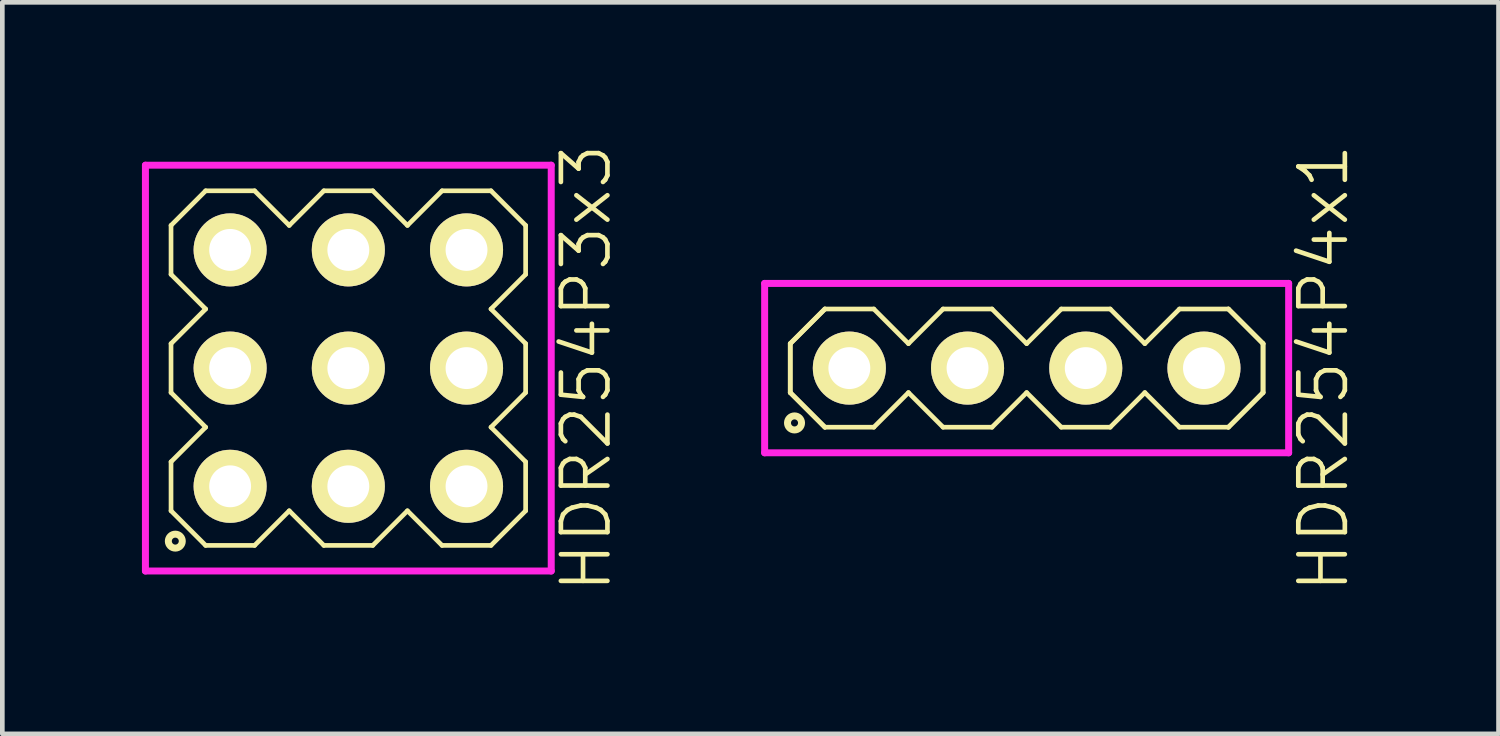
<source format=kicad_pcb>
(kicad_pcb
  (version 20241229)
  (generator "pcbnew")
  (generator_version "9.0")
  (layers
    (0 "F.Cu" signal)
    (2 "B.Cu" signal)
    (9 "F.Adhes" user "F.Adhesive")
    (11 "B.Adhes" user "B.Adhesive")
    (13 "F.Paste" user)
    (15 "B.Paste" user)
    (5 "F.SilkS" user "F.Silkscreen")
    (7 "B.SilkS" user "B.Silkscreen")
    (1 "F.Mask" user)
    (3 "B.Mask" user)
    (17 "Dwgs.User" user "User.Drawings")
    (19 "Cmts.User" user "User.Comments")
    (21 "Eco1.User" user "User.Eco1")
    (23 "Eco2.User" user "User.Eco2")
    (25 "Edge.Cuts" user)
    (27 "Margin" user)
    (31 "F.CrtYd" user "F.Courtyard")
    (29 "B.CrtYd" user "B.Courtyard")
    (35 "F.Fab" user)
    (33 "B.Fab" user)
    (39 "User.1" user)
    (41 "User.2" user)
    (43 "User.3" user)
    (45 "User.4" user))
  (footprint "HDR254P4x1"
    (layer "F.Cu")
    (at 19.011 4.86)
    (property "Reference" "HDR254P4x1" (at 6.38 0 90) (layer "F.SilkS") (effects (font (size 1 1) (thickness 0.1))))
    (attr through_hole)
    (fp_line (start -5.08 -0.526) (end -4.336 -1.27) (stroke (width 0.1) (type solid)) (layer "F.SilkS"))
    (fp_line (start -5.08 -0.526) (end -4.336 -1.27) (stroke (width 0.1) (type solid)) (layer "F.SilkS"))
    (fp_line (start -5.08 0.526) (end -5.08 -0.526) (stroke (width 0.1) (type solid)) (layer "F.SilkS"))
    (fp_line (start -5.08 0.526) (end -5.08 -0.526) (stroke (width 0.1) (type solid)) (layer "F.SilkS"))
    (fp_line (start -4.336 -1.27) (end -3.284 -1.27) (stroke (width 0.1) (type solid)) (layer "F.SilkS"))
    (fp_line (start -4.336 1.27) (end -5.08 0.526) (stroke (width 0.1) (type solid)) (layer "F.SilkS"))
    (fp_line (start -4.336 1.27) (end -5.08 0.526) (stroke (width 0.1) (type solid)) (layer "F.SilkS"))
    (fp_line (start -3.284 -1.27) (end -2.54 -0.526) (stroke (width 0.1) (type solid)) (layer "F.SilkS"))
    (fp_line (start -3.284 1.27) (end -4.336 1.27) (stroke (width 0.1) (type solid)) (layer "F.SilkS"))
    (fp_line (start -2.54 -0.526) (end -1.796 -1.27) (stroke (width 0.1) (type solid)) (layer "F.SilkS"))
    (fp_line (start -2.54 0.526) (end -3.284 1.27) (stroke (width 0.1) (type solid)) (layer "F.SilkS"))
    (fp_line (start -1.796 -1.27) (end -0.744 -1.27) (stroke (width 0.1) (type solid)) (layer "F.SilkS"))
    (fp_line (start -1.796 1.27) (end -2.54 0.526) (stroke (width 0.1) (type solid)) (layer "F.SilkS"))
    (fp_line (start -0.744 -1.27) (end 0 -0.526) (stroke (width 0.1) (type solid)) (layer "F.SilkS"))
    (fp_line (start -0.744 1.27) (end -1.796 1.27) (stroke (width 0.1) (type solid)) (layer "F.SilkS"))
    (fp_line (start 0 -0.526) (end 0.744 -1.27) (stroke (width 0.1) (type solid)) (layer "F.SilkS"))
    (fp_line (start 0 0.526) (end -0.744 1.27) (stroke (width 0.1) (type solid)) (layer "F.SilkS"))
    (fp_line (start 0.744 -1.27) (end 1.796 -1.27) (stroke (width 0.1) (type solid)) (layer "F.SilkS"))
    (fp_line (start 0.744 1.27) (end 0 0.526) (stroke (width 0.1) (type solid)) (layer "F.SilkS"))
    (fp_line (start 1.796 -1.27) (end 2.54 -0.526) (stroke (width 0.1) (type solid)) (layer "F.SilkS"))
    (fp_line (start 1.796 1.27) (end 0.744 1.27) (stroke (width 0.1) (type solid)) (layer "F.SilkS"))
    (fp_line (start 2.54 -0.526) (end 3.284 -1.27) (stroke (width 0.1) (type solid)) (layer "F.SilkS"))
    (fp_line (start 2.54 0.526) (end 1.796 1.27) (stroke (width 0.1) (type solid)) (layer "F.SilkS"))
    (fp_line (start 3.284 -1.27) (end 4.336 -1.27) (stroke (width 0.1) (type solid)) (layer "F.SilkS"))
    (fp_line (start 3.284 1.27) (end 2.54 0.526) (stroke (width 0.1) (type solid)) (layer "F.SilkS"))
    (fp_line (start 4.336 -1.27) (end 5.08 -0.526) (stroke (width 0.1) (type solid)) (layer "F.SilkS"))
    (fp_line (start 4.336 -1.27) (end 5.08 -0.526) (stroke (width 0.1) (type solid)) (layer "F.SilkS"))
    (fp_line (start 4.336 1.27) (end 3.284 1.27) (stroke (width 0.1) (type solid)) (layer "F.SilkS"))
    (fp_line (start 5.08 -0.526) (end 5.08 0.526) (stroke (width 0.1) (type solid)) (layer "F.SilkS"))
    (fp_line (start 5.08 -0.526) (end 5.08 0.526) (stroke (width 0.1) (type solid)) (layer "F.SilkS"))
    (fp_line (start 5.08 0.526) (end 4.336 1.27) (stroke (width 0.1) (type solid)) (layer "F.SilkS"))
    (fp_line (start 5.08 0.526) (end 4.336 1.27) (stroke (width 0.1) (type solid)) (layer "F.SilkS"))
    (fp_circle (center -4.988 1.178) (end -4.837 1.178) (stroke (width 0.15) (type solid)) (fill no) (layer "F.SilkS"))
    (fp_line (start -5.63 -1.82) (end -5.63 1.82) (stroke (width 0.15) (type solid)) (layer "F.CrtYd"))
    (fp_line (start -5.63 1.82) (end 5.63 1.82) (stroke (width 0.15) (type solid)) (layer "F.CrtYd"))
    (fp_line (start 5.63 -1.82) (end -5.63 -1.82) (stroke (width 0.15) (type solid)) (layer "F.CrtYd"))
    (fp_line (start 5.63 1.82) (end 5.63 -1.82) (stroke (width 0.15) (type solid)) (layer "F.CrtYd"))
    (pad "1" thru_hole oval (at -3.81 0) (size 1.57 1.57) (drill 0.9) (layers "*.Cu" "*.Mask" "F.SilkS"))
    (pad "2" thru_hole oval (at -1.27 0) (size 1.57 1.57) (drill 0.9) (layers "*.Cu" "*.Mask" "F.SilkS"))
    (pad "3" thru_hole oval (at 1.27 0) (size 1.57 1.57) (drill 0.9) (layers "*.Cu" "*.Mask" "F.SilkS"))
    (pad "4" thru_hole oval (at 3.81 0) (size 1.57 1.57) (drill 0.9) (layers "*.Cu" "*.Mask" "F.SilkS")))
  (footprint "HDR254P3x3"
    (layer "F.Cu")
    (at 4.435 4.86)
    (property "Reference" "HDR254P3x3" (at 5.11 0 90) (layer "F.SilkS") (effects (font (size 1 1) (thickness 0.1))))
    (attr through_hole)
    (fp_line (start -3.81 -3.066) (end -3.066 -3.81) (stroke (width 0.1) (type solid)) (layer "F.SilkS"))
    (fp_line (start -3.81 -2.014) (end -3.81 -3.066) (stroke (width 0.1) (type solid)) (layer "F.SilkS"))
    (fp_line (start -3.81 -0.526) (end -3.066 -1.27) (stroke (width 0.1) (type solid)) (layer "F.SilkS"))
    (fp_line (start -3.81 0.526) (end -3.81 -0.526) (stroke (width 0.1) (type solid)) (layer "F.SilkS"))
    (fp_line (start -3.81 2.014) (end -3.066 1.27) (stroke (width 0.1) (type solid)) (layer "F.SilkS"))
    (fp_line (start -3.81 3.066) (end -3.81 2.014) (stroke (width 0.1) (type solid)) (layer "F.SilkS"))
    (fp_line (start -3.066 -3.81) (end -2.014 -3.81) (stroke (width 0.1) (type solid)) (layer "F.SilkS"))
    (fp_line (start -3.066 -1.27) (end -3.81 -2.014) (stroke (width 0.1) (type solid)) (layer "F.SilkS"))
    (fp_line (start -3.066 1.27) (end -3.81 0.526) (stroke (width 0.1) (type solid)) (layer "F.SilkS"))
    (fp_line (start -3.066 3.81) (end -3.81 3.066) (stroke (width 0.1) (type solid)) (layer "F.SilkS"))
    (fp_line (start -2.014 -3.81) (end -1.27 -3.066) (stroke (width 0.1) (type solid)) (layer "F.SilkS"))
    (fp_line (start -2.014 3.81) (end -3.066 3.81) (stroke (width 0.1) (type solid)) (layer "F.SilkS"))
    (fp_line (start -1.27 -3.066) (end -0.526 -3.81) (stroke (width 0.1) (type solid)) (layer "F.SilkS"))
    (fp_line (start -1.27 3.066) (end -2.014 3.81) (stroke (width 0.1) (type solid)) (layer "F.SilkS"))
    (fp_line (start -0.526 -3.81) (end 0.526 -3.81) (stroke (width 0.1) (type solid)) (layer "F.SilkS"))
    (fp_line (start -0.526 3.81) (end -1.27 3.066) (stroke (width 0.1) (type solid)) (layer "F.SilkS"))
    (fp_line (start 0.526 -3.81) (end 1.27 -3.066) (stroke (width 0.1) (type solid)) (layer "F.SilkS"))
    (fp_line (start 0.526 3.81) (end -0.526 3.81) (stroke (width 0.1) (type solid)) (layer "F.SilkS"))
    (fp_line (start 1.27 -3.066) (end 2.014 -3.81) (stroke (width 0.1) (type solid)) (layer "F.SilkS"))
    (fp_line (start 1.27 3.066) (end 0.526 3.81) (stroke (width 0.1) (type solid)) (layer "F.SilkS"))
    (fp_line (start 2.014 -3.81) (end 3.066 -3.81) (stroke (width 0.1) (type solid)) (layer "F.SilkS"))
    (fp_line (start 2.014 3.81) (end 1.27 3.066) (stroke (width 0.1) (type solid)) (layer "F.SilkS"))
    (fp_line (start 3.066 -3.81) (end 3.81 -3.066) (stroke (width 0.1) (type solid)) (layer "F.SilkS"))
    (fp_line (start 3.066 -1.27) (end 3.81 -0.526) (stroke (width 0.1) (type solid)) (layer "F.SilkS"))
    (fp_line (start 3.066 1.27) (end 3.81 2.014) (stroke (width 0.1) (type solid)) (layer "F.SilkS"))
    (fp_line (start 3.066 3.81) (end 2.014 3.81) (stroke (width 0.1) (type solid)) (layer "F.SilkS"))
    (fp_line (start 3.81 -3.066) (end 3.81 -2.014) (stroke (width 0.1) (type solid)) (layer "F.SilkS"))
    (fp_line (start 3.81 -2.014) (end 3.066 -1.27) (stroke (width 0.1) (type solid)) (layer "F.SilkS"))
    (fp_line (start 3.81 -0.526) (end 3.81 0.526) (stroke (width 0.1) (type solid)) (layer "F.SilkS"))
    (fp_line (start 3.81 0.526) (end 3.066 1.27) (stroke (width 0.1) (type solid)) (layer "F.SilkS"))
    (fp_line (start 3.81 2.014) (end 3.81 3.066) (stroke (width 0.1) (type solid)) (layer "F.SilkS"))
    (fp_line (start 3.81 3.066) (end 3.066 3.81) (stroke (width 0.1) (type solid)) (layer "F.SilkS"))
    (fp_circle (center -3.718 3.718) (end -3.568 3.718) (stroke (width 0.15) (type solid)) (fill no) (layer "F.SilkS"))
    (fp_line (start -4.36 -4.36) (end -4.36 4.36) (stroke (width 0.15) (type solid)) (layer "F.CrtYd"))
    (fp_line (start -4.36 4.36) (end 4.36 4.36) (stroke (width 0.15) (type solid)) (layer "F.CrtYd"))
    (fp_line (start 4.36 -4.36) (end -4.36 -4.36) (stroke (width 0.15) (type solid)) (layer "F.CrtYd"))
    (fp_line (start 4.36 4.36) (end 4.36 -4.36) (stroke (width 0.15) (type solid)) (layer "F.CrtYd"))
    (pad "1" thru_hole oval (at -2.54 2.54) (size 1.57 1.57) (drill 0.9) (layers "*.Cu" "*.Mask" "F.SilkS"))
    (pad "2" thru_hole oval (at -2.54 0) (size 1.57 1.57) (drill 0.9) (layers "*.Cu" "*.Mask" "F.SilkS"))
    (pad "3" thru_hole oval (at -2.54 -2.54) (size 1.57 1.57) (drill 0.9) (layers "*.Cu" "*.Mask" "F.SilkS"))
    (pad "4" thru_hole oval (at 0 2.54) (size 1.57 1.57) (drill 0.9) (layers "*.Cu" "*.Mask" "F.SilkS"))
    (pad "5" thru_hole oval (at 0 0) (size 1.57 1.57) (drill 0.9) (layers "*.Cu" "*.Mask" "F.SilkS"))
    (pad "6" thru_hole oval (at 0 -2.54) (size 1.57 1.57) (drill 0.9) (layers "*.Cu" "*.Mask" "F.SilkS"))
    (pad "7" thru_hole oval (at 2.54 2.54) (size 1.57 1.57) (drill 0.9) (layers "*.Cu" "*.Mask" "F.SilkS"))
    (pad "8" thru_hole oval (at 2.54 0) (size 1.57 1.57) (drill 0.9) (layers "*.Cu" "*.Mask" "F.SilkS"))
    (pad "9" thru_hole oval (at 2.54 -2.54) (size 1.57 1.57) (drill 0.9) (layers "*.Cu" "*.Mask" "F.SilkS")))
  (gr_rect
    (start -3 -3)
    (end 29.151 12.719)
    (stroke (width 0.1) (type default))
    (fill no)
    (layer "Edge.Cuts")))
</source>
